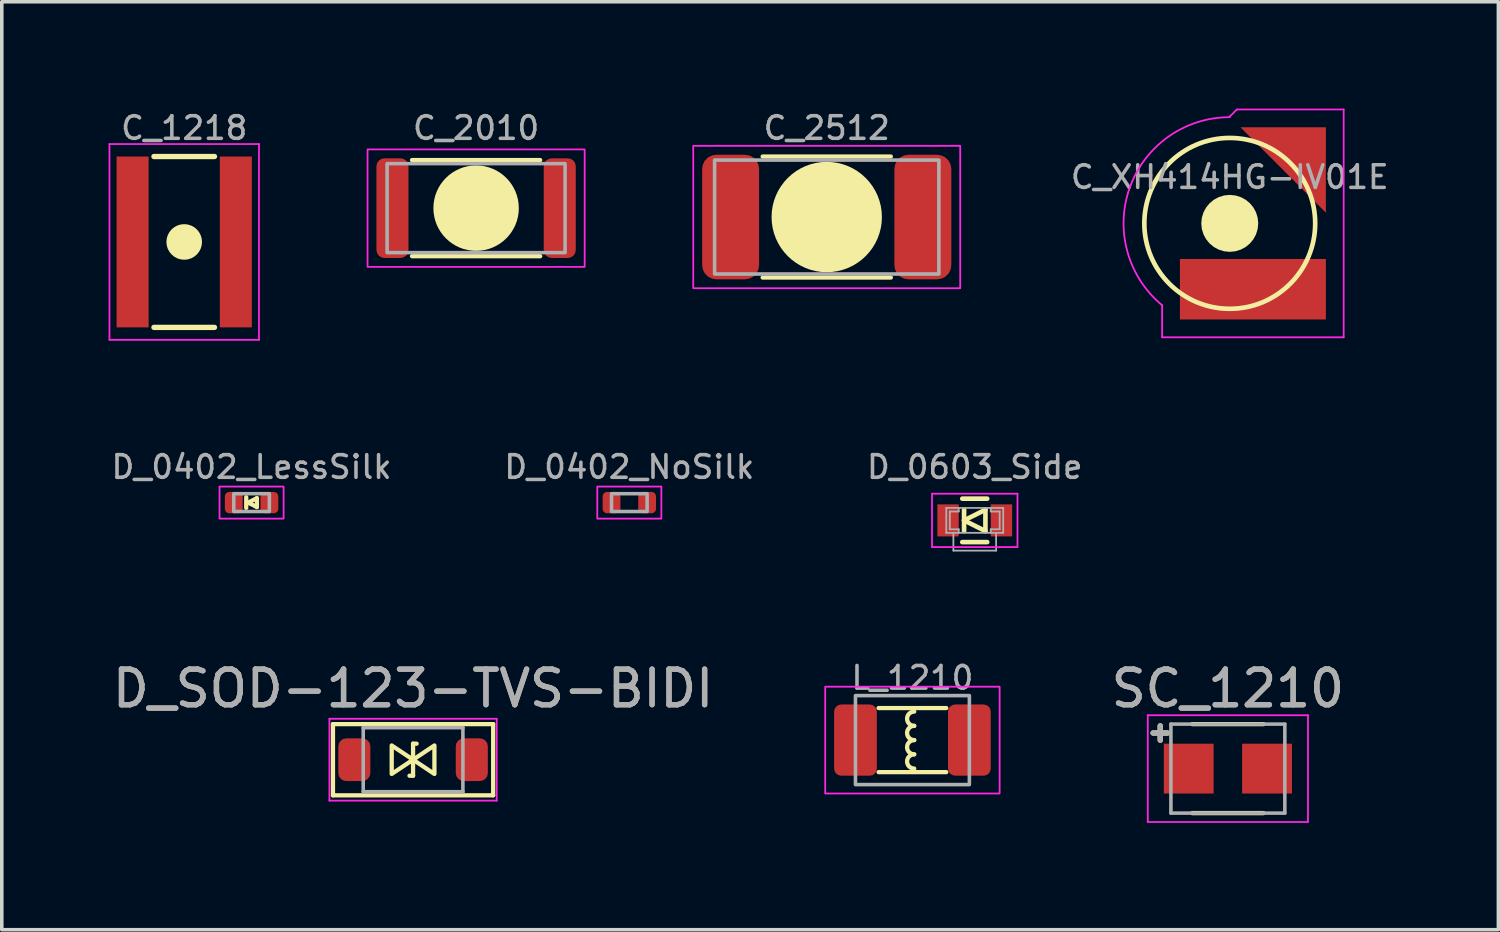
<source format=kicad_pcb>
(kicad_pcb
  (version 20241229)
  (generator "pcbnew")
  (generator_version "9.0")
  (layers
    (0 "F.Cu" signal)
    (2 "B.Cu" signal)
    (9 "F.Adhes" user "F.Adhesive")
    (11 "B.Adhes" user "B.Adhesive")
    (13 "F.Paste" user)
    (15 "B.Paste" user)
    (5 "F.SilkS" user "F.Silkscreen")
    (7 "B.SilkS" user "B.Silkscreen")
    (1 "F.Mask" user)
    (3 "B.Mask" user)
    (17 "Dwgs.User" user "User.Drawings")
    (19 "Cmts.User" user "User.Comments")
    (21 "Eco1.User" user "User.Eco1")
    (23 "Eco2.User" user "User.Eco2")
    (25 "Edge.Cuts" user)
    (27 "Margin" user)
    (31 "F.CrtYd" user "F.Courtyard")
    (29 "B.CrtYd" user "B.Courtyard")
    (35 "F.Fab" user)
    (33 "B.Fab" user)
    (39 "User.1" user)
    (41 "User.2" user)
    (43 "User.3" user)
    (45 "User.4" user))
  (footprint "D_0402_LessSilk"
    (layer "F.Cu")
    (at 4.017 11.069)
    (property "Reference" "D_0402_LessSilk" (at 0 -1 0) (layer "F.Fab") (effects (font (size 0.635 0.635) (thickness 0.1))))
    (attr smd)
    (fp_line (start -0.15 0.15) (end -0.15 -0.15) (stroke (width 0.12) (type solid)) (layer "F.SilkS"))
    (fp_line (start -0.095 0) (end 0.15 0.125) (stroke (width 0.12) (type solid)) (layer "F.SilkS"))
    (fp_line (start 0.15 -0.125) (end -0.095 0) (stroke (width 0.12) (type solid)) (layer "F.SilkS"))
    (fp_line (start 0.15 0.125) (end 0.15 -0.125) (stroke (width 0.12) (type solid)) (layer "F.SilkS"))
    (fp_rect (start -0.9 -0.45) (end 0.9 0.45) (stroke (width 0.05) (type solid)) (fill no) (layer "F.CrtYd"))
    (fp_rect (start -0.5 -0.25) (end 0.5 0.25) (stroke (width 0.1) (type solid)) (fill no) (layer "F.Fab"))
    (pad "A" smd roundrect (at 0.5 0) (size 0.5 0.6) (layers "F.Cu" "F.Mask" "F.Paste") (roundrect_rratio 0.25))
    (pad "C" smd roundrect (at -0.5 0) (size 0.5 0.6) (layers "F.Cu" "F.Mask" "F.Paste") (roundrect_rratio 0.25)))
  (footprint "C_XH414HG-IV01E"
    (layer "F.Cu")
    (at 31.497 3.225)
    (property "Reference" "C_XH414HG-IV01E" (at 0 -1.3 0) (layer "F.Fab") (effects (font (size 0.635 0.635) (thickness 0.1))))
    (attr smd)
    (fp_circle (center 0 0) (end 0 -0.4) (stroke (width 0.8) (type solid)) (fill no) (layer "F.SilkS"))
    (fp_circle (center 0 0) (end 2.4 0) (stroke (width 0.13) (type solid)) (fill no) (layer "F.SilkS"))
    (fp_line (start -1.9 3.2) (end -1.9 2.3) (stroke (width 0.05) (type solid)) (layer "F.CrtYd"))
    (fp_line (start 0.2 -3.2) (end 0 -3) (stroke (width 0.05) (type solid)) (layer "F.CrtYd"))
    (fp_line (start 0.2 -3.2) (end 3.2 -3.2) (stroke (width 0.05) (type solid)) (layer "F.CrtYd"))
    (fp_line (start 3.2 -3.2) (end 3.2 3.2) (stroke (width 0.05) (type solid)) (layer "F.CrtYd"))
    (fp_line (start 3.2 3.2) (end -1.9 3.2) (stroke (width 0.05) (type solid)) (layer "F.CrtYd"))
    (fp_arc (start -1.9 2.3) (mid -2.807273 -1.009564) (end 0 -2.983287) (stroke (width 0.05) (type solid)) (layer "F.CrtYd"))
    (pad "1" smd trapezoid (at 2.1 -2.1 45) (size 1.697 1.697) (rect_delta 1.696 0) (layers "F.Cu" "F.Mask" "F.Paste"))
    (pad "2" smd rect (at 0.65 1.85) (size 4.1 1.7) (layers "F.Cu" "F.Mask" "F.Paste")))
  (footprint "D_0603_Side"
    (layer "F.Cu")
    (at 24.333 11.569)
    (property "Reference" "D_0603_Side" (at 0 -1.5 0) (layer "F.Fab") (effects (font (size 0.635 0.635) (thickness 0.1))))
    (attr smd)
    (fp_line (start -0.35 -0.61) (end 0.35 -0.61) (stroke (width 0.13) (type solid)) (layer "F.SilkS"))
    (fp_line (start -0.3 -0.3) (end -0.3 0.3) (stroke (width 0.13) (type solid)) (layer "F.SilkS"))
    (fp_line (start -0.3 0) (end 0.3 -0.3) (stroke (width 0.13) (type solid)) (layer "F.SilkS"))
    (fp_line (start 0.3 -0.3) (end 0.3 0.3) (stroke (width 0.13) (type solid)) (layer "F.SilkS"))
    (fp_line (start 0.3 0.3) (end -0.3 0) (stroke (width 0.13) (type solid)) (layer "F.SilkS"))
    (fp_line (start 0.35 0.61) (end -0.35 0.61) (stroke (width 0.13) (type solid)) (layer "F.SilkS"))
    (fp_line (start -1.2 0.75) (end -1.2 -0.75) (stroke (width 0.05) (type solid)) (layer "F.CrtYd"))
    (fp_line (start 1.2 -0.75) (end -1.2 -0.75) (stroke (width 0.05) (type solid)) (layer "F.CrtYd"))
    (fp_line (start 1.2 0.75) (end -1.2 0.75) (stroke (width 0.05) (type solid)) (layer "F.CrtYd"))
    (fp_line (start 1.2 0.75) (end 1.2 -0.75) (stroke (width 0.05) (type solid)) (layer "F.CrtYd"))
    (fp_line (start -0.8 -0.35) (end 0.8 -0.35) (stroke (width 0.05) (type solid)) (layer "F.Fab"))
    (fp_line (start -0.8 0.35) (end -0.8 -0.35) (stroke (width 0.05) (type solid)) (layer "F.Fab"))
    (fp_line (start -0.7 -0.25) (end -0.7 0.25) (stroke (width 0.05) (type solid)) (layer "F.Fab"))
    (fp_line (start -0.7 0.25) (end -0.45 0.25) (stroke (width 0.05) (type solid)) (layer "F.Fab"))
    (fp_line (start -0.6 0.35) (end -0.6 0.85) (stroke (width 0.05) (type solid)) (layer "F.Fab"))
    (fp_line (start -0.6 0.85) (end 0.6 0.85) (stroke (width 0.05) (type solid)) (layer "F.Fab"))
    (fp_line (start -0.45 -0.35) (end -0.45 -0.25) (stroke (width 0.05) (type solid)) (layer "F.Fab"))
    (fp_line (start -0.45 -0.25) (end -0.7 -0.25) (stroke (width 0.05) (type solid)) (layer "F.Fab"))
    (fp_line (start -0.45 0.25) (end -0.45 0.35) (stroke (width 0.05) (type solid)) (layer "F.Fab"))
    (fp_line (start 0.45 -0.35) (end 0.45 -0.25) (stroke (width 0.05) (type solid)) (layer "F.Fab"))
    (fp_line (start 0.45 -0.25) (end 0.7 -0.25) (stroke (width 0.05) (type solid)) (layer "F.Fab"))
    (fp_line (start 0.45 0.25) (end 0.45 0.35) (stroke (width 0.05) (type solid)) (layer "F.Fab"))
    (fp_line (start 0.6 0.85) (end 0.6 0.35) (stroke (width 0.05) (type solid)) (layer "F.Fab"))
    (fp_line (start 0.7 -0.25) (end 0.7 0.25) (stroke (width 0.05) (type solid)) (layer "F.Fab"))
    (fp_line (start 0.7 0.25) (end 0.45 0.25) (stroke (width 0.05) (type solid)) (layer "F.Fab"))
    (fp_line (start 0.8 -0.35) (end 0.8 0.35) (stroke (width 0.05) (type solid)) (layer "F.Fab"))
    (fp_line (start 0.8 0.35) (end -0.8 0.35) (stroke (width 0.05) (type solid)) (layer "F.Fab"))
    (pad "A" smd rect (at 0.75 0 180) (size 0.6 0.9) (layers "F.Cu" "F.Mask" "F.Paste"))
    (pad "C" smd rect (at -0.75 0 180) (size 0.6 0.9) (layers "F.Cu" "F.Mask" "F.Paste")))
  (footprint "C_2010"
    (layer "F.Cu")
    (at 10.325 2.797)
    (property "Reference" "C_2010" (at 0 -2.25 0) (layer "F.Fab") (effects (font (size 0.635 0.635) (thickness 0.1))))
    (attr smd)
    (fp_line (start -1.8 -1.35) (end 1.8 -1.35) (stroke (width 0.12) (type solid)) (layer "F.SilkS"))
    (fp_line (start 1.8 1.35) (end -1.8 1.35) (stroke (width 0.12) (type solid)) (layer "F.SilkS"))
    (fp_circle (center 0 0) (end 1.15 0) (stroke (width 0.1) (type solid)) (fill yes) (layer "F.SilkS"))
    (fp_rect (start -3.05 -1.65) (end 3.05 1.65) (stroke (width 0.05) (type solid)) (fill no) (layer "F.CrtYd"))
    (fp_rect (start -2.5 -1.25) (end 2.5 1.25) (stroke (width 0.1) (type solid)) (fill no) (layer "F.Fab"))
    (pad "1" smd roundrect (at -2.35 0) (size 0.9 2.8) (layers "F.Cu" "F.Mask" "F.Paste") (roundrect_rratio 0.25))
    (pad "2" smd roundrect (at 2.35 0) (size 0.9 2.8) (layers "F.Cu" "F.Mask" "F.Paste") (roundrect_rratio 0.25)))
  (footprint "SC_1210"
    (layer "F.Cu")
    (at 31.444 18.542)
    (property "Reference" "SC_1210" (at 0 -2.25 0) (layer "F.Fab") (effects (font (size 1 1) (thickness 0.15))))
    (attr smd)
    (fp_line (start -2.1 -1) (end -1.7 -1) (stroke (width 0.15) (type solid)) (layer "F.SilkS"))
    (fp_line (start -1.9 -0.8) (end -1.9 -1.2) (stroke (width 0.15) (type solid)) (layer "F.SilkS"))
    (fp_line (start -1 1.25) (end 1 1.25) (stroke (width 0.12) (type solid)) (layer "F.SilkS"))
    (fp_line (start 1 -1.25) (end -1 -1.25) (stroke (width 0.12) (type solid)) (layer "F.SilkS"))
    (fp_line (start -2.25 -1.5) (end -2.25 1.5) (stroke (width 0.05) (type solid)) (layer "F.CrtYd"))
    (fp_line (start -2.25 -1.5) (end 2.25 -1.5) (stroke (width 0.05) (type solid)) (layer "F.CrtYd"))
    (fp_line (start 2.25 1.5) (end -2.25 1.5) (stroke (width 0.05) (type solid)) (layer "F.CrtYd"))
    (fp_line (start 2.25 1.5) (end 2.25 -1.5) (stroke (width 0.05) (type solid)) (layer "F.CrtYd"))
    (fp_line (start -2.1 -1) (end -1.7 -1) (stroke (width 0.15) (type solid)) (layer "F.Fab"))
    (fp_line (start -1.9 -1.2) (end -1.9 -0.8) (stroke (width 0.15) (type solid)) (layer "F.Fab"))
    (fp_line (start -1.6 -1.25) (end 1.6 -1.25) (stroke (width 0.1) (type solid)) (layer "F.Fab"))
    (fp_line (start -1.6 1.25) (end -1.6 -1.25) (stroke (width 0.1) (type solid)) (layer "F.Fab"))
    (fp_line (start 1.6 -1.25) (end 1.6 1.25) (stroke (width 0.1) (type solid)) (layer "F.Fab"))
    (fp_line (start 1.6 1.25) (end -1.6 1.25) (stroke (width 0.1) (type solid)) (layer "F.Fab"))
    (fp_text user "${REFERENCE}" (at 0 -2.25 0) (layer "F.Fab") (effects (font (size 1 1) (thickness 0.15))))
    (pad "1" smd rect (at -1.1 0) (size 1.4 1.4) (layers "F.Cu" "F.Mask" "F.Paste"))
    (pad "2" smd rect (at 1.1 0) (size 1.4 1.4) (layers "F.Cu" "F.Mask" "F.Paste")))
  (footprint "D_SOD-123-TVS-BIDI"
    (layer "F.Cu")
    (at 8.554 18.292)
    (property "Reference" "D_SOD-123-TVS-BIDI" (at 0 -2 0) (layer "F.Fab") (effects (font (size 1 1) (thickness 0.15))))
    (attr smd)
    (fp_line (start -2.25 -1) (end -2.25 1) (stroke (width 0.12) (type solid)) (layer "F.SilkS"))
    (fp_line (start -2.25 -1) (end 2.25 -1) (stroke (width 0.12) (type solid)) (layer "F.SilkS"))
    (fp_line (start -2.25 1) (end 2.25 1) (stroke (width 0.12) (type solid)) (layer "F.SilkS"))
    (fp_line (start 0 -0.45) (end 0 0.45) (stroke (width 0.12) (type solid)) (layer "F.SilkS"))
    (fp_line (start 0 0.45) (end -0.1 0.45) (stroke (width 0.12) (type solid)) (layer "F.SilkS"))
    (fp_line (start 0.1 -0.45) (end 0 -0.45) (stroke (width 0.12) (type solid)) (layer "F.SilkS"))
    (fp_line (start 2.25 -1) (end 2.25 1) (stroke (width 0.12) (type solid)) (layer "F.SilkS"))
    (fp_poly (pts (xy -0.6 -0.4) (xy 0 0) (xy -0.6 0.4)) (stroke (width 0.12) (type solid)) (fill no) (layer "F.SilkS"))
    (fp_poly (pts (xy 0.6 0.4) (xy 0 0) (xy 0.6 -0.4)) (stroke (width 0.12) (type solid)) (fill no) (layer "F.SilkS"))
    (fp_line (start -2.35 -1.15) (end -2.35 1.15) (stroke (width 0.05) (type solid)) (layer "F.CrtYd"))
    (fp_line (start -2.35 -1.15) (end 2.35 -1.15) (stroke (width 0.05) (type solid)) (layer "F.CrtYd"))
    (fp_line (start 2.35 -1.15) (end 2.35 1.15) (stroke (width 0.05) (type solid)) (layer "F.CrtYd"))
    (fp_line (start 2.35 1.15) (end -2.35 1.15) (stroke (width 0.05) (type solid)) (layer "F.CrtYd"))
    (fp_line (start -1.4 -0.9) (end 1.4 -0.9) (stroke (width 0.1) (type solid)) (layer "F.Fab"))
    (fp_line (start -1.4 0.9) (end -1.4 -0.9) (stroke (width 0.1) (type solid)) (layer "F.Fab"))
    (fp_line (start 1.4 -0.9) (end 1.4 0.9) (stroke (width 0.1) (type solid)) (layer "F.Fab"))
    (fp_line (start 1.4 0.9) (end -1.4 0.9) (stroke (width 0.1) (type solid)) (layer "F.Fab"))
    (fp_text user "${REFERENCE}" (at 0 -2 0) (layer "F.Fab") (effects (font (size 1 1) (thickness 0.15))))
    (pad "1" smd roundrect (at -1.65 0) (size 0.9 1.2) (layers "F.Cu" "F.Mask" "F.Paste") (roundrect_rratio 0.25))
    (pad "2" smd roundrect (at 1.65 0) (size 0.9 1.2) (layers "F.Cu" "F.Mask" "F.Paste") (roundrect_rratio 0.25)))
  (footprint "C_2512"
    (layer "F.Cu")
    (at 20.175 3.047)
    (property "Reference" "C_2512" (at 0 -2.5 0) (layer "F.Fab") (effects (font (size 0.635 0.635) (thickness 0.1))))
    (attr smd)
    (fp_line (start -1.8 -1.7) (end 1.8 -1.7) (stroke (width 0.12) (type solid)) (layer "F.SilkS"))
    (fp_line (start 1.8 1.7) (end -1.8 1.7) (stroke (width 0.12) (type solid)) (layer "F.SilkS"))
    (fp_circle (center 0 0) (end 1.5 0) (stroke (width 0.1) (type solid)) (fill yes) (layer "F.SilkS"))
    (fp_rect (start -3.75 -2) (end 3.75 2) (stroke (width 0.05) (type solid)) (fill no) (layer "F.CrtYd"))
    (fp_rect (start -3.15 -1.6) (end 3.15 1.6) (stroke (width 0.1) (type solid)) (fill no) (layer "F.Fab"))
    (pad "1" smd roundrect (at -2.7 0) (size 1.6 3.5) (layers "F.Cu" "F.Mask" "F.Paste") (roundrect_rratio 0.25))
    (pad "2" smd roundrect (at 2.7 0) (size 1.6 3.5) (layers "F.Cu" "F.Mask" "F.Paste") (roundrect_rratio 0.25)))
  (footprint "C_1218"
    (layer "F.Cu")
    (at 2.125 3.747)
    (property "Reference" "C_1218" (at 0 -3.2 0) (layer "F.Fab") (effects (font (size 0.635 0.635) (thickness 0.1))))
    (attr smd)
    (fp_line (start -0.85 -2.4) (end 0.85 -2.4) (stroke (width 0.15) (type solid)) (layer "F.SilkS"))
    (fp_line (start 0.85 2.4) (end -0.85 2.4) (stroke (width 0.15) (type solid)) (layer "F.SilkS"))
    (fp_circle (center 0 0) (end 0 -0.25) (stroke (width 0.5) (type solid)) (fill no) (layer "F.SilkS"))
    (fp_line (start -2.1 -2.75) (end -2.1 2.75) (stroke (width 0.05) (type solid)) (layer "F.CrtYd"))
    (fp_line (start -2.1 -2.75) (end 2.1 -2.75) (stroke (width 0.05) (type solid)) (layer "F.CrtYd"))
    (fp_line (start -2.1 2.75) (end 2.1 2.75) (stroke (width 0.05) (type solid)) (layer "F.CrtYd"))
    (fp_line (start 2.1 -2.75) (end 2.1 2.75) (stroke (width 0.05) (type solid)) (layer "F.CrtYd"))
    (pad "1" smd rect (at -1.45 0) (size 0.9 4.8) (layers "F.Cu" "F.Mask" "F.Paste"))
    (pad "2" smd rect (at 1.45 0) (size 0.9 4.8) (layers "F.Cu" "F.Mask" "F.Paste")))
  (footprint "D_0402_NoSilk"
    (layer "F.Cu")
    (at 14.629 11.069)
    (property "Reference" "D_0402_NoSilk" (at 0 -1 0) (layer "F.Fab") (effects (font (size 0.635 0.635) (thickness 0.1))))
    (attr smd)
    (fp_rect (start -0.9 -0.45) (end 0.9 0.45) (stroke (width 0.05) (type solid)) (fill no) (layer "F.CrtYd"))
    (fp_rect (start -0.5 -0.25) (end 0.5 0.25) (stroke (width 0.1) (type solid)) (fill no) (layer "F.Fab"))
    (pad "A" smd roundrect (at 0.5 0) (size 0.5 0.6) (layers "F.Cu" "F.Mask" "F.Paste") (roundrect_rratio 0.25))
    (pad "C" smd roundrect (at -0.5 0) (size 0.5 0.6) (layers "F.Cu" "F.Mask" "F.Paste") (roundrect_rratio 0.25)))
  (footprint "L_1210"
    (layer "F.Cu")
    (at 22.582 17.741)
    (property "Reference" "L_1210" (at 0 -1.75 0) (layer "F.Fab") (effects (font (size 0.635 0.635) (thickness 0.1))))
    (attr smd)
    (fp_line (start -0.95 -0.9) (end 0.95 -0.9) (stroke (width 0.12) (type solid)) (layer "F.SilkS"))
    (fp_line (start 0.95 0.9) (end -0.95 0.9) (stroke (width 0.12) (type solid)) (layer "F.SilkS"))
    (fp_arc (start 0.05 -0.4) (mid -0.15 -0.6) (end 0.05 -0.8) (stroke (width 0.12) (type solid)) (layer "F.SilkS"))
    (fp_arc (start 0.05 0) (mid -0.15 -0.2) (end 0.05 -0.4) (stroke (width 0.12) (type solid)) (layer "F.SilkS"))
    (fp_arc (start 0.05 0.4) (mid -0.15 0.2) (end 0.05 0) (stroke (width 0.12) (type solid)) (layer "F.SilkS"))
    (fp_arc (start 0.05 0.8) (mid -0.15 0.6) (end 0.05 0.4) (stroke (width 0.12) (type solid)) (layer "F.SilkS"))
    (fp_rect (start -2.45 -1.5) (end 2.45 1.5) (stroke (width 0.05) (type solid)) (fill no) (layer "F.CrtYd"))
    (fp_rect (start -1.6 -1.25) (end 1.6 1.25) (stroke (width 0.1) (type solid)) (fill no) (layer "F.Fab"))
    (pad "1" smd roundrect (at -1.6 0) (size 1.2 2) (layers "F.Cu" "F.Mask" "F.Paste") (roundrect_rratio 0.167))
    (pad "2" smd roundrect (at 1.6 0) (size 1.2 2) (layers "F.Cu" "F.Mask" "F.Paste") (roundrect_rratio 0.167)))
  (gr_rect
    (start -3 -3)
    (end 39.043 23.067)
    (stroke (width 0.1) (type default))
    (fill no)
    (layer "Edge.Cuts")))
</source>
